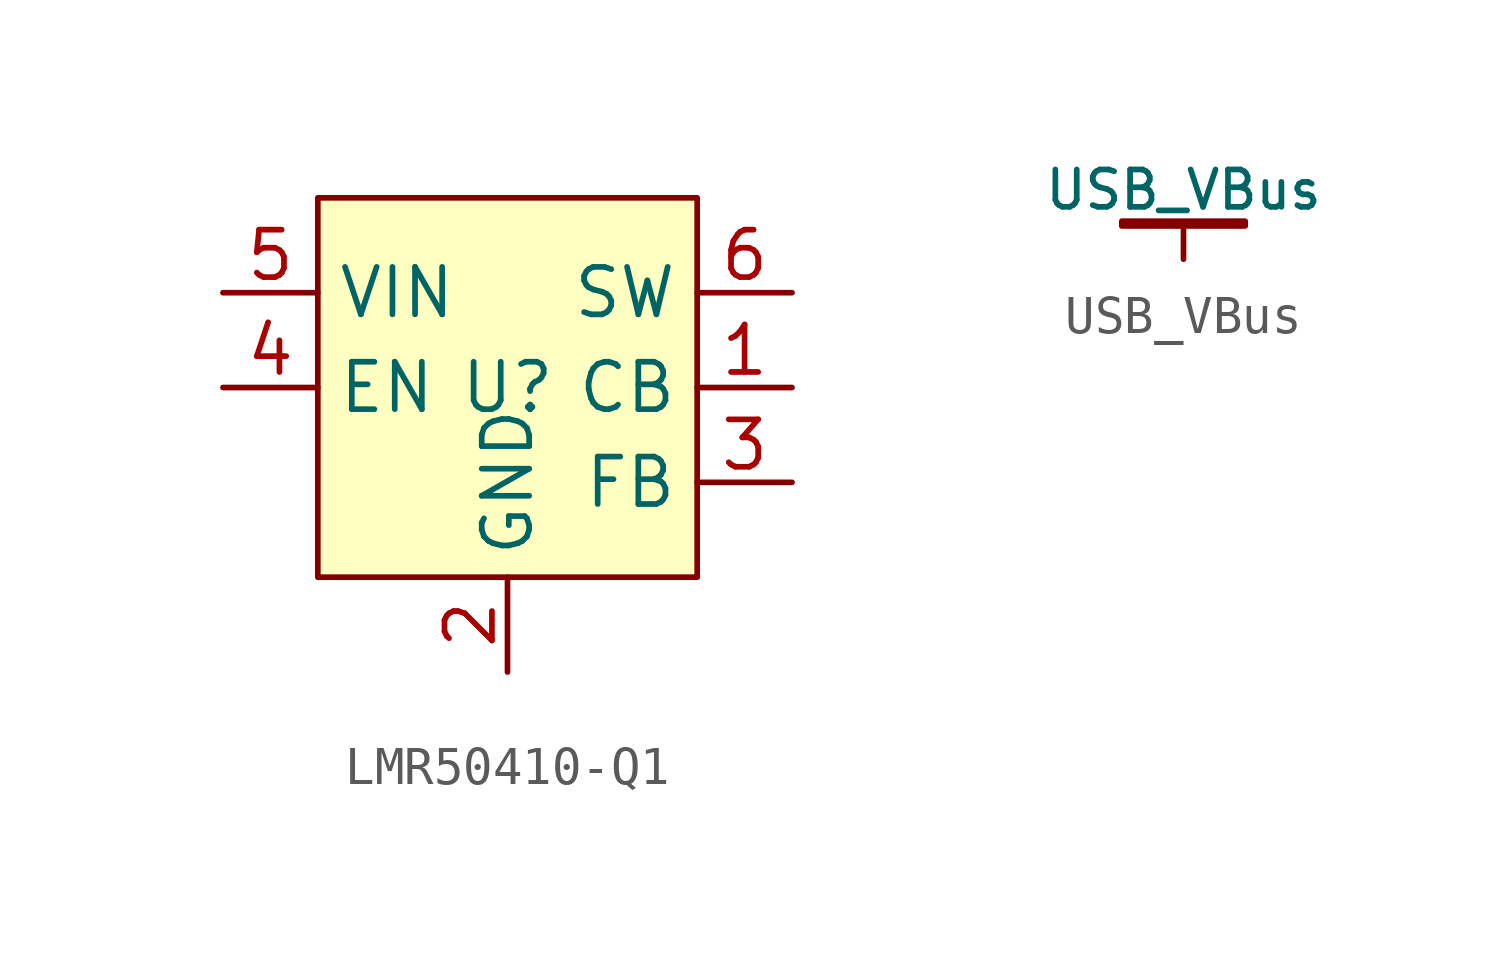
<source format=kicad_sym>
(kicad_symbol_lib
  (version 20241209)
  (generator "kicad_symbol_editor")
  (generator_version "9.0")
  (symbol "LMR50410-Q1"
    (property "Reference" "U"
      (at 0 0 0)
      (effects (font (size 1.27 1.27))))
    (property "Value" ""
      (at 0 0 0)
      (effects (font (size 1.27 1.27))))
    (symbol "LMR50410-Q1_1_1"
      (rectangle (start -5.08 5.08) (end 5.08 -5.08) (stroke (width 0) (type default) (color 132 0 0 1)) (fill (type background)))
      (pin power_in line (at -7.62 2.54 0) (length 2.54) (name "VIN" (effects (font (size 1.27 1.27)))) (number "5" (effects (font (size 1.27 1.27)))))
      (pin power_in line (at -7.62 0 0) (length 2.54) (name "EN" (effects (font (size 1.27 1.27)))) (number "4" (effects (font (size 1.27 1.27)))))
      (pin power_in line (at 0 -7.62 90) (length 2.54) (name "GND" (effects (font (size 1.27 1.27)))) (number "2" (effects (font (size 1.27 1.27)))))
      (pin power_out line (at 7.62 2.54 180) (length 2.54) (name "SW" (effects (font (size 1.27 1.27)))) (number "6" (effects (font (size 1.27 1.27)))))
      (pin input line (at 7.62 0 180) (length 2.54) (name "CB" (effects (font (size 1.27 1.27)))) (number "1" (effects (font (size 1.27 1.27)))))
      (pin input line (at 7.62 -2.54 180) (length 2.54) (name "FB" (effects (font (size 1.27 1.27)))) (number "3" (effects (font (size 1.27 1.27)))))))
  (symbol "USB_VBus"
    (power)
    (pin_names
      (offset 0))
    (property "Reference" "#PWR"
      (at 0 -3.81 0)
      (effects (font (size 1 1)) (hide yes)))
    (property "Value" "USB_VBus"
      (at 0 1.27 0)
      (do_not_autoplace)
      (effects (font (size 1 1)) (justify bottom)))
    (symbol "USB_VBus_0_1"
      (rectangle (start -1.651 1.016) (end 1.651 0.889) (stroke (width 0) (type default)) (fill (type none)))
      (polyline (pts (xy 0 0) (xy 0 0.889)) (stroke (width 0) (type default)) (fill (type none))))
    (symbol "USB_VBus_1_1"
      (pin power_in line (at 0 0 90) (length 0) (hide yes) (name "USB_VBus" (effects (font (size 1 1)))) (number "1" (effects (font (size 1 1))))))))
</source>
